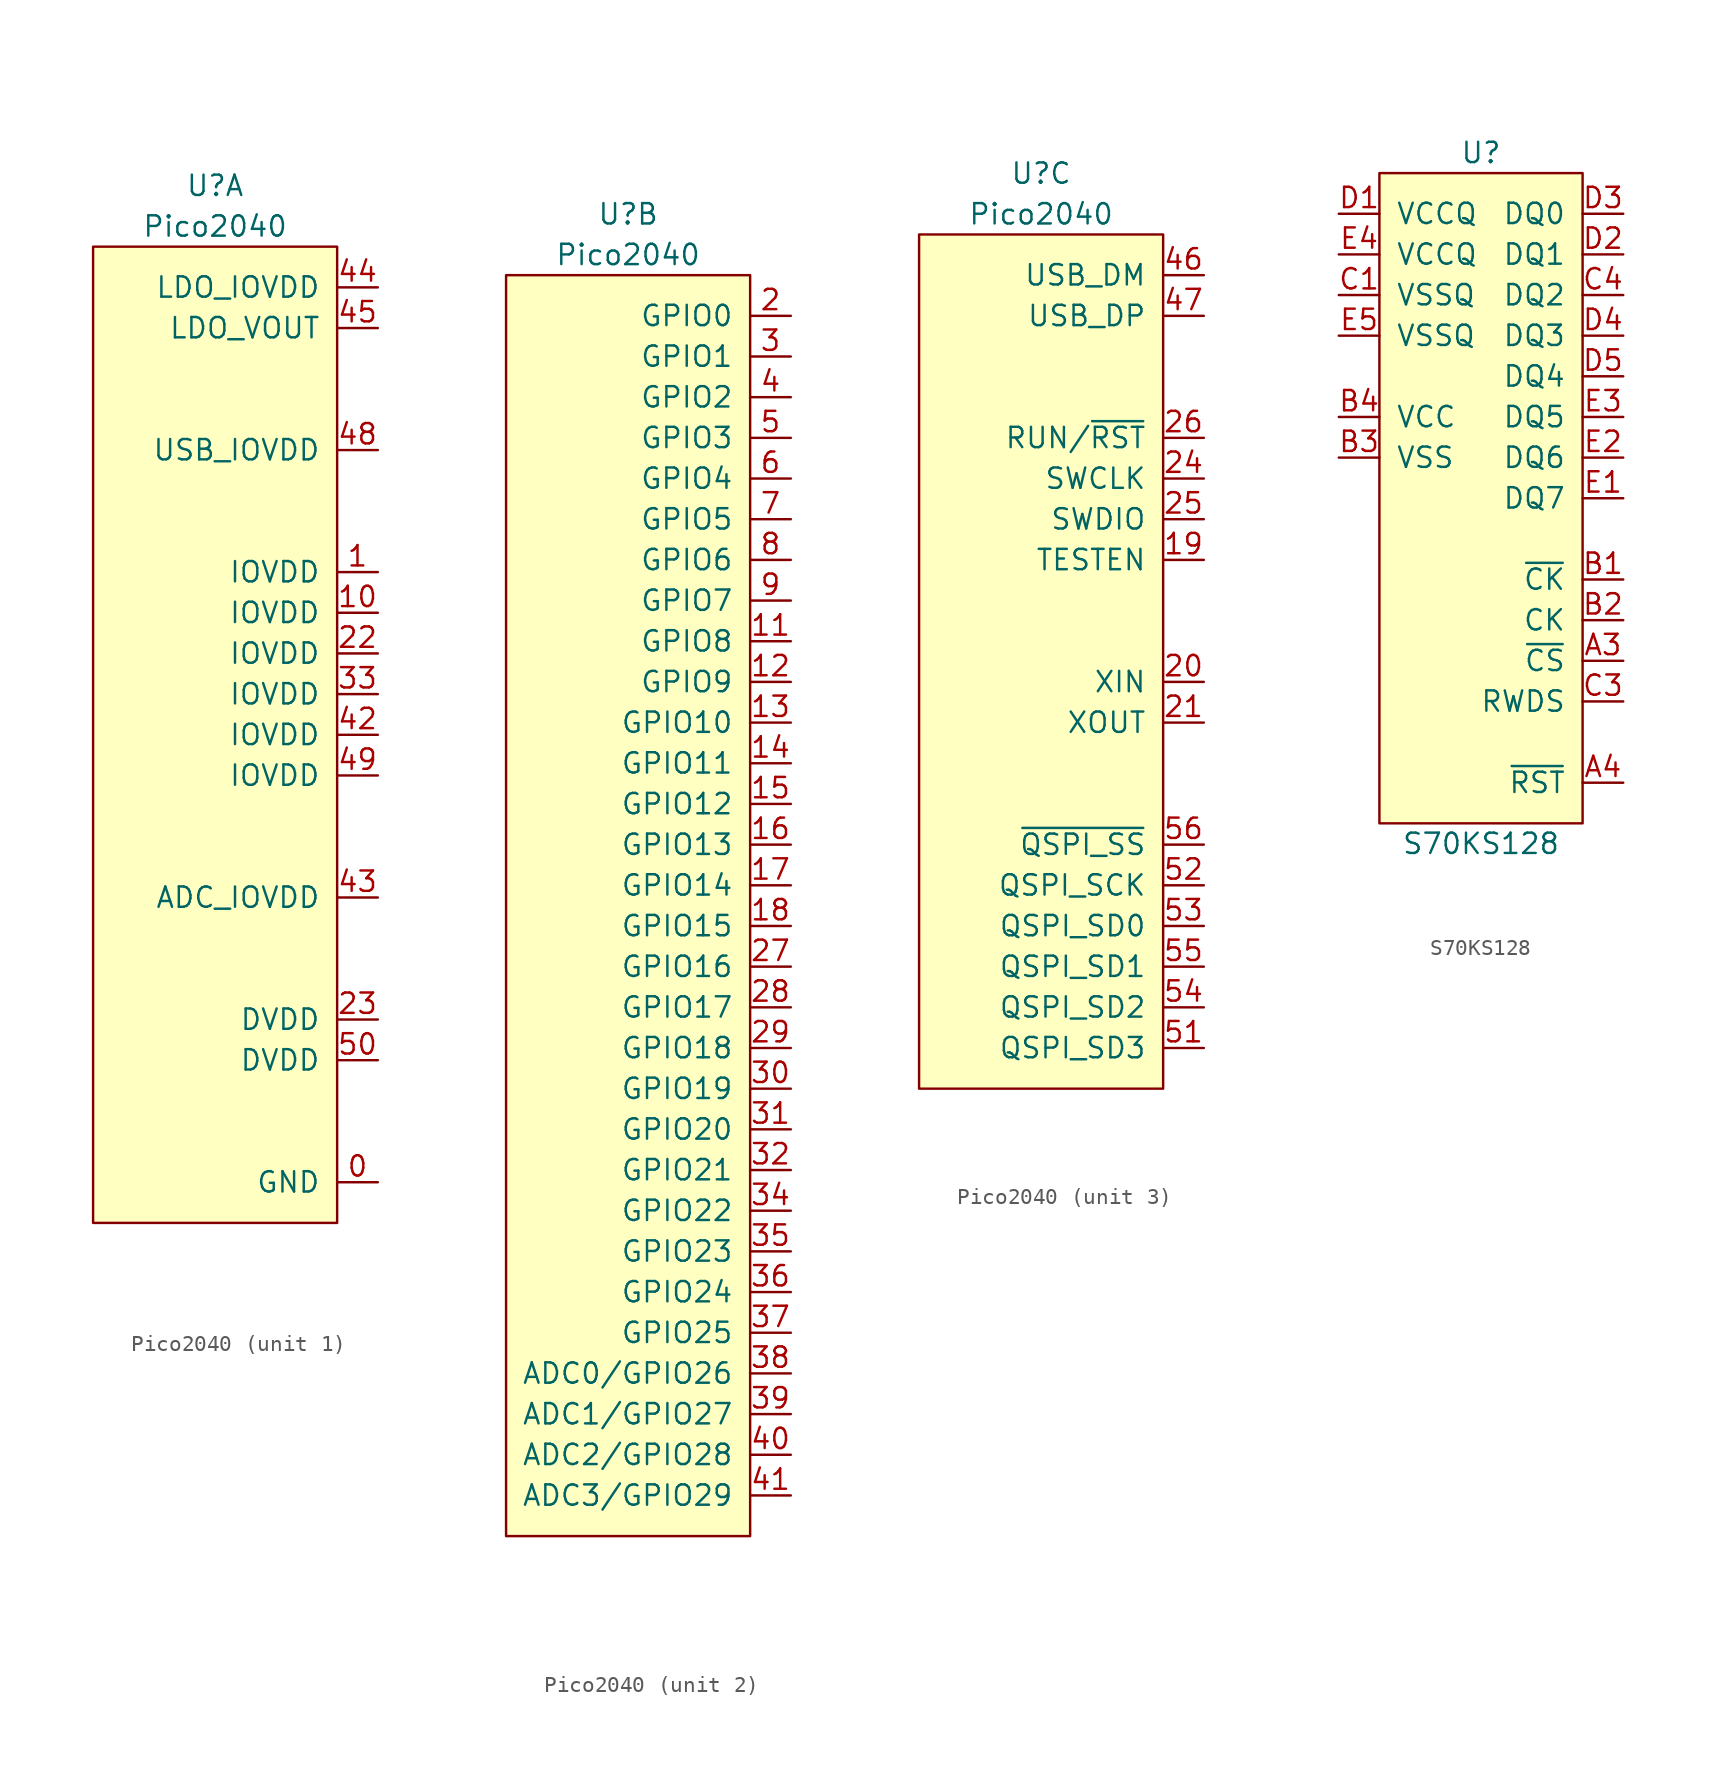
<source format=kicad_sym>
(kicad_symbol_lib
  (version 20231120)
  (generator "kicad_symbol_editor")
  (generator_version "8.0")
  (symbol "Pico2040"
    (pin_names
      (offset 1.016))
    (property "Reference" "U"
      (at 0 3.81 0)
      (effects (font (size 1.27 1.27))))
    (property "Value" "Pico2040"
      (at 0 1.27 0)
      (effects (font (size 1.27 1.27))))
    (property "ki_locked" ""
      (at 0 0 0)
      (effects (font (size 1.27 1.27))))
    (symbol "Pico2040_1_1"
      (rectangle (start -7.62 0) (end 7.62 -60.96) (stroke (width 0) (type solid)) (fill (type background)))
      (pin passive line (at 10.16 -58.42 180) (length 2.54) (name "GND" (effects (font (size 1.27 1.27)))) (number "0" (effects (font (size 1.27 1.27)))))
      (pin power_in line (at 10.16 -20.32 180) (length 2.54) (name "IOVDD" (effects (font (size 1.27 1.27)))) (number "1" (effects (font (size 1.27 1.27)))))
      (pin power_in line (at 10.16 -22.86 180) (length 2.54) (name "IOVDD" (effects (font (size 1.27 1.27)))) (number "10" (effects (font (size 1.27 1.27)))))
      (pin power_in line (at 10.16 -25.4 180) (length 2.54) (name "IOVDD" (effects (font (size 1.27 1.27)))) (number "22" (effects (font (size 1.27 1.27)))))
      (pin power_in line (at 10.16 -48.26 180) (length 2.54) (name "DVDD" (effects (font (size 1.27 1.27)))) (number "23" (effects (font (size 1.27 1.27)))))
      (pin power_in line (at 10.16 -27.94 180) (length 2.54) (name "IOVDD" (effects (font (size 1.27 1.27)))) (number "33" (effects (font (size 1.27 1.27)))))
      (pin power_in line (at 10.16 -30.48 180) (length 2.54) (name "IOVDD" (effects (font (size 1.27 1.27)))) (number "42" (effects (font (size 1.27 1.27)))))
      (pin power_in line (at 10.16 -40.64 180) (length 2.54) (name "ADC_IOVDD" (effects (font (size 1.27 1.27)))) (number "43" (effects (font (size 1.27 1.27)))))
      (pin power_in line (at 10.16 -2.54 180) (length 2.54) (name "LDO_IOVDD" (effects (font (size 1.27 1.27)))) (number "44" (effects (font (size 1.27 1.27)))))
      (pin power_out line (at 10.16 -5.08 180) (length 2.54) (name "LDO_VOUT" (effects (font (size 1.27 1.27)))) (number "45" (effects (font (size 1.27 1.27)))))
      (pin power_in line (at 10.16 -12.7 180) (length 2.54) (name "USB_IOVDD" (effects (font (size 1.27 1.27)))) (number "48" (effects (font (size 1.27 1.27)))))
      (pin power_in line (at 10.16 -33.02 180) (length 2.54) (name "IOVDD" (effects (font (size 1.27 1.27)))) (number "49" (effects (font (size 1.27 1.27)))))
      (pin power_in line (at 10.16 -50.8 180) (length 2.54) (name "DVDD" (effects (font (size 1.27 1.27)))) (number "50" (effects (font (size 1.27 1.27))))))
    (symbol "Pico2040_2_1"
      (rectangle (start 7.62 0) (end -7.62 -78.74) (stroke (width 0) (type solid)) (fill (type background)))
      (pin bidirectional line (at 10.16 -22.86 180) (length 2.54) (name "GPIO8" (effects (font (size 1.27 1.27)))) (number "11" (effects (font (size 1.27 1.27)))))
      (pin bidirectional line (at 10.16 -25.4 180) (length 2.54) (name "GPIO9" (effects (font (size 1.27 1.27)))) (number "12" (effects (font (size 1.27 1.27)))))
      (pin bidirectional line (at 10.16 -27.94 180) (length 2.54) (name "GPIO10" (effects (font (size 1.27 1.27)))) (number "13" (effects (font (size 1.27 1.27)))))
      (pin bidirectional line (at 10.16 -30.48 180) (length 2.54) (name "GPIO11" (effects (font (size 1.27 1.27)))) (number "14" (effects (font (size 1.27 1.27)))))
      (pin bidirectional line (at 10.16 -33.02 180) (length 2.54) (name "GPIO12" (effects (font (size 1.27 1.27)))) (number "15" (effects (font (size 1.27 1.27)))))
      (pin bidirectional line (at 10.16 -35.56 180) (length 2.54) (name "GPIO13" (effects (font (size 1.27 1.27)))) (number "16" (effects (font (size 1.27 1.27)))))
      (pin bidirectional line (at 10.16 -38.1 180) (length 2.54) (name "GPIO14" (effects (font (size 1.27 1.27)))) (number "17" (effects (font (size 1.27 1.27)))))
      (pin bidirectional line (at 10.16 -40.64 180) (length 2.54) (name "GPIO15" (effects (font (size 1.27 1.27)))) (number "18" (effects (font (size 1.27 1.27)))))
      (pin bidirectional line (at 10.16 -2.54 180) (length 2.54) (name "GPIO0" (effects (font (size 1.27 1.27)))) (number "2" (effects (font (size 1.27 1.27)))))
      (pin bidirectional line (at 10.16 -43.18 180) (length 2.54) (name "GPIO16" (effects (font (size 1.27 1.27)))) (number "27" (effects (font (size 1.27 1.27)))))
      (pin bidirectional line (at 10.16 -45.72 180) (length 2.54) (name "GPIO17" (effects (font (size 1.27 1.27)))) (number "28" (effects (font (size 1.27 1.27)))))
      (pin bidirectional line (at 10.16 -48.26 180) (length 2.54) (name "GPIO18" (effects (font (size 1.27 1.27)))) (number "29" (effects (font (size 1.27 1.27)))))
      (pin bidirectional line (at 10.16 -5.08 180) (length 2.54) (name "GPIO1" (effects (font (size 1.27 1.27)))) (number "3" (effects (font (size 1.27 1.27)))))
      (pin bidirectional line (at 10.16 -50.8 180) (length 2.54) (name "GPIO19" (effects (font (size 1.27 1.27)))) (number "30" (effects (font (size 1.27 1.27)))))
      (pin bidirectional line (at 10.16 -53.34 180) (length 2.54) (name "GPIO20" (effects (font (size 1.27 1.27)))) (number "31" (effects (font (size 1.27 1.27)))))
      (pin bidirectional line (at 10.16 -55.88 180) (length 2.54) (name "GPIO21" (effects (font (size 1.27 1.27)))) (number "32" (effects (font (size 1.27 1.27)))))
      (pin bidirectional line (at 10.16 -58.42 180) (length 2.54) (name "GPIO22" (effects (font (size 1.27 1.27)))) (number "34" (effects (font (size 1.27 1.27)))))
      (pin bidirectional line (at 10.16 -60.96 180) (length 2.54) (name "GPIO23" (effects (font (size 1.27 1.27)))) (number "35" (effects (font (size 1.27 1.27)))))
      (pin bidirectional line (at 10.16 -63.5 180) (length 2.54) (name "GPIO24" (effects (font (size 1.27 1.27)))) (number "36" (effects (font (size 1.27 1.27)))))
      (pin bidirectional line (at 10.16 -66.04 180) (length 2.54) (name "GPIO25" (effects (font (size 1.27 1.27)))) (number "37" (effects (font (size 1.27 1.27)))))
      (pin bidirectional line (at 10.16 -68.58 180) (length 2.54) (name "ADC0/GPIO26" (effects (font (size 1.27 1.27)))) (number "38" (effects (font (size 1.27 1.27)))))
      (pin bidirectional line (at 10.16 -71.12 180) (length 2.54) (name "ADC1/GPIO27" (effects (font (size 1.27 1.27)))) (number "39" (effects (font (size 1.27 1.27)))))
      (pin bidirectional line (at 10.16 -7.62 180) (length 2.54) (name "GPIO2" (effects (font (size 1.27 1.27)))) (number "4" (effects (font (size 1.27 1.27)))))
      (pin bidirectional line (at 10.16 -73.66 180) (length 2.54) (name "ADC2/GPIO28" (effects (font (size 1.27 1.27)))) (number "40" (effects (font (size 1.27 1.27)))))
      (pin bidirectional line (at 10.16 -76.2 180) (length 2.54) (name "ADC3/GPIO29" (effects (font (size 1.27 1.27)))) (number "41" (effects (font (size 1.27 1.27)))))
      (pin bidirectional line (at 10.16 -10.16 180) (length 2.54) (name "GPIO3" (effects (font (size 1.27 1.27)))) (number "5" (effects (font (size 1.27 1.27)))))
      (pin bidirectional line (at 10.16 -12.7 180) (length 2.54) (name "GPIO4" (effects (font (size 1.27 1.27)))) (number "6" (effects (font (size 1.27 1.27)))))
      (pin bidirectional line (at 10.16 -15.24 180) (length 2.54) (name "GPIO5" (effects (font (size 1.27 1.27)))) (number "7" (effects (font (size 1.27 1.27)))))
      (pin bidirectional line (at 10.16 -17.78 180) (length 2.54) (name "GPIO6" (effects (font (size 1.27 1.27)))) (number "8" (effects (font (size 1.27 1.27)))))
      (pin bidirectional line (at 10.16 -20.32 180) (length 2.54) (name "GPIO7" (effects (font (size 1.27 1.27)))) (number "9" (effects (font (size 1.27 1.27))))))
    (symbol "Pico2040_3_1"
      (rectangle (start 7.62 0) (end -7.62 -53.34) (stroke (width 0) (type solid)) (fill (type background)))
      (pin input line (at 10.16 -20.32 180) (length 2.54) (name "TESTEN" (effects (font (size 1.27 1.27)))) (number "19" (effects (font (size 1.27 1.27)))))
      (pin input line (at 10.16 -27.94 180) (length 2.54) (name "XIN" (effects (font (size 1.27 1.27)))) (number "20" (effects (font (size 1.27 1.27)))))
      (pin output line (at 10.16 -30.48 180) (length 2.54) (name "XOUT" (effects (font (size 1.27 1.27)))) (number "21" (effects (font (size 1.27 1.27)))))
      (pin input line (at 10.16 -15.24 180) (length 2.54) (name "SWCLK" (effects (font (size 1.27 1.27)))) (number "24" (effects (font (size 1.27 1.27)))))
      (pin bidirectional line (at 10.16 -17.78 180) (length 2.54) (name "SWDIO" (effects (font (size 1.27 1.27)))) (number "25" (effects (font (size 1.27 1.27)))))
      (pin input line (at 10.16 -12.7 180) (length 2.54) (name "RUN/~{RST}" (effects (font (size 1.27 1.27)))) (number "26" (effects (font (size 1.27 1.27)))))
      (pin bidirectional line (at 10.16 -2.54 180) (length 2.54) (name "USB_DM" (effects (font (size 1.27 1.27)))) (number "46" (effects (font (size 1.27 1.27)))))
      (pin bidirectional line (at 10.16 -5.08 180) (length 2.54) (name "USB_DP" (effects (font (size 1.27 1.27)))) (number "47" (effects (font (size 1.27 1.27)))))
      (pin bidirectional line (at 10.16 -50.8 180) (length 2.54) (name "QSPI_SD3" (effects (font (size 1.27 1.27)))) (number "51" (effects (font (size 1.27 1.27)))))
      (pin output line (at 10.16 -40.64 180) (length 2.54) (name "QSPI_SCK" (effects (font (size 1.27 1.27)))) (number "52" (effects (font (size 1.27 1.27)))))
      (pin bidirectional line (at 10.16 -43.18 180) (length 2.54) (name "QSPI_SD0" (effects (font (size 1.27 1.27)))) (number "53" (effects (font (size 1.27 1.27)))))
      (pin bidirectional line (at 10.16 -48.26 180) (length 2.54) (name "QSPI_SD2" (effects (font (size 1.27 1.27)))) (number "54" (effects (font (size 1.27 1.27)))))
      (pin bidirectional line (at 10.16 -45.72 180) (length 2.54) (name "QSPI_SD1" (effects (font (size 1.27 1.27)))) (number "55" (effects (font (size 1.27 1.27)))))
      (pin bidirectional line (at 10.16 -38.1 180) (length 2.54) (name "~{QSPI_SS}" (effects (font (size 1.27 1.27)))) (number "56" (effects (font (size 1.27 1.27)))))))
  (symbol "S70KS128"
    (pin_names
      (offset 1.016))
    (property "Reference" "U"
      (at 0 21.59 0)
      (effects (font (size 1.27 1.27))))
    (property "Value" "S70KS128"
      (at 0 -21.59 0)
      (effects (font (size 1.27 1.27))))
    (symbol "S70KS128_0_1"
      (rectangle (start -6.35 20.32) (end 6.35 -20.32) (stroke (width 0) (type solid)) (fill (type background))))
    (symbol "S70KS128_1_1"
      (pin input line (at 8.89 -10.16 180) (length 2.54) (name "~{CS}" (effects (font (size 1.27 1.27)))) (number "A3" (effects (font (size 1.27 1.27)))))
      (pin input line (at 8.89 -17.78 180) (length 2.54) (name "~{RST}" (effects (font (size 1.27 1.27)))) (number "A4" (effects (font (size 1.27 1.27)))))
      (pin input line (at 8.89 -5.08 180) (length 2.54) (name "~{CK}" (effects (font (size 1.27 1.27)))) (number "B1" (effects (font (size 1.27 1.27)))))
      (pin input line (at 8.89 -7.62 180) (length 2.54) (name "CK" (effects (font (size 1.27 1.27)))) (number "B2" (effects (font (size 1.27 1.27)))))
      (pin passive line (at -8.89 2.54 0) (length 2.54) (name "VSS" (effects (font (size 1.27 1.27)))) (number "B3" (effects (font (size 1.27 1.27)))))
      (pin power_in line (at -8.89 5.08 0) (length 2.54) (name "VCC" (effects (font (size 1.27 1.27)))) (number "B4" (effects (font (size 1.27 1.27)))))
      (pin passive line (at -8.89 12.7 0) (length 2.54) (name "VSSQ" (effects (font (size 1.27 1.27)))) (number "C1" (effects (font (size 1.27 1.27)))))
      (pin bidirectional line (at 8.89 -12.7 180) (length 2.54) (name "RWDS" (effects (font (size 1.27 1.27)))) (number "C3" (effects (font (size 1.27 1.27)))))
      (pin bidirectional line (at 8.89 12.7 180) (length 2.54) (name "DQ2" (effects (font (size 1.27 1.27)))) (number "C4" (effects (font (size 1.27 1.27)))))
      (pin power_in line (at -8.89 17.78 0) (length 2.54) (name "VCCQ" (effects (font (size 1.27 1.27)))) (number "D1" (effects (font (size 1.27 1.27)))))
      (pin bidirectional line (at 8.89 15.24 180) (length 2.54) (name "DQ1" (effects (font (size 1.27 1.27)))) (number "D2" (effects (font (size 1.27 1.27)))))
      (pin bidirectional line (at 8.89 17.78 180) (length 2.54) (name "DQ0" (effects (font (size 1.27 1.27)))) (number "D3" (effects (font (size 1.27 1.27)))))
      (pin bidirectional line (at 8.89 10.16 180) (length 2.54) (name "DQ3" (effects (font (size 1.27 1.27)))) (number "D4" (effects (font (size 1.27 1.27)))))
      (pin bidirectional line (at 8.89 7.62 180) (length 2.54) (name "DQ4" (effects (font (size 1.27 1.27)))) (number "D5" (effects (font (size 1.27 1.27)))))
      (pin bidirectional line (at 8.89 0 180) (length 2.54) (name "DQ7" (effects (font (size 1.27 1.27)))) (number "E1" (effects (font (size 1.27 1.27)))))
      (pin bidirectional line (at 8.89 2.54 180) (length 2.54) (name "DQ6" (effects (font (size 1.27 1.27)))) (number "E2" (effects (font (size 1.27 1.27)))))
      (pin bidirectional line (at 8.89 5.08 180) (length 2.54) (name "DQ5" (effects (font (size 1.27 1.27)))) (number "E3" (effects (font (size 1.27 1.27)))))
      (pin power_in line (at -8.89 15.24 0) (length 2.54) (name "VCCQ" (effects (font (size 1.27 1.27)))) (number "E4" (effects (font (size 1.27 1.27)))))
      (pin passive line (at -8.89 10.16 0) (length 2.54) (name "VSSQ" (effects (font (size 1.27 1.27)))) (number "E5" (effects (font (size 1.27 1.27))))))))
</source>
